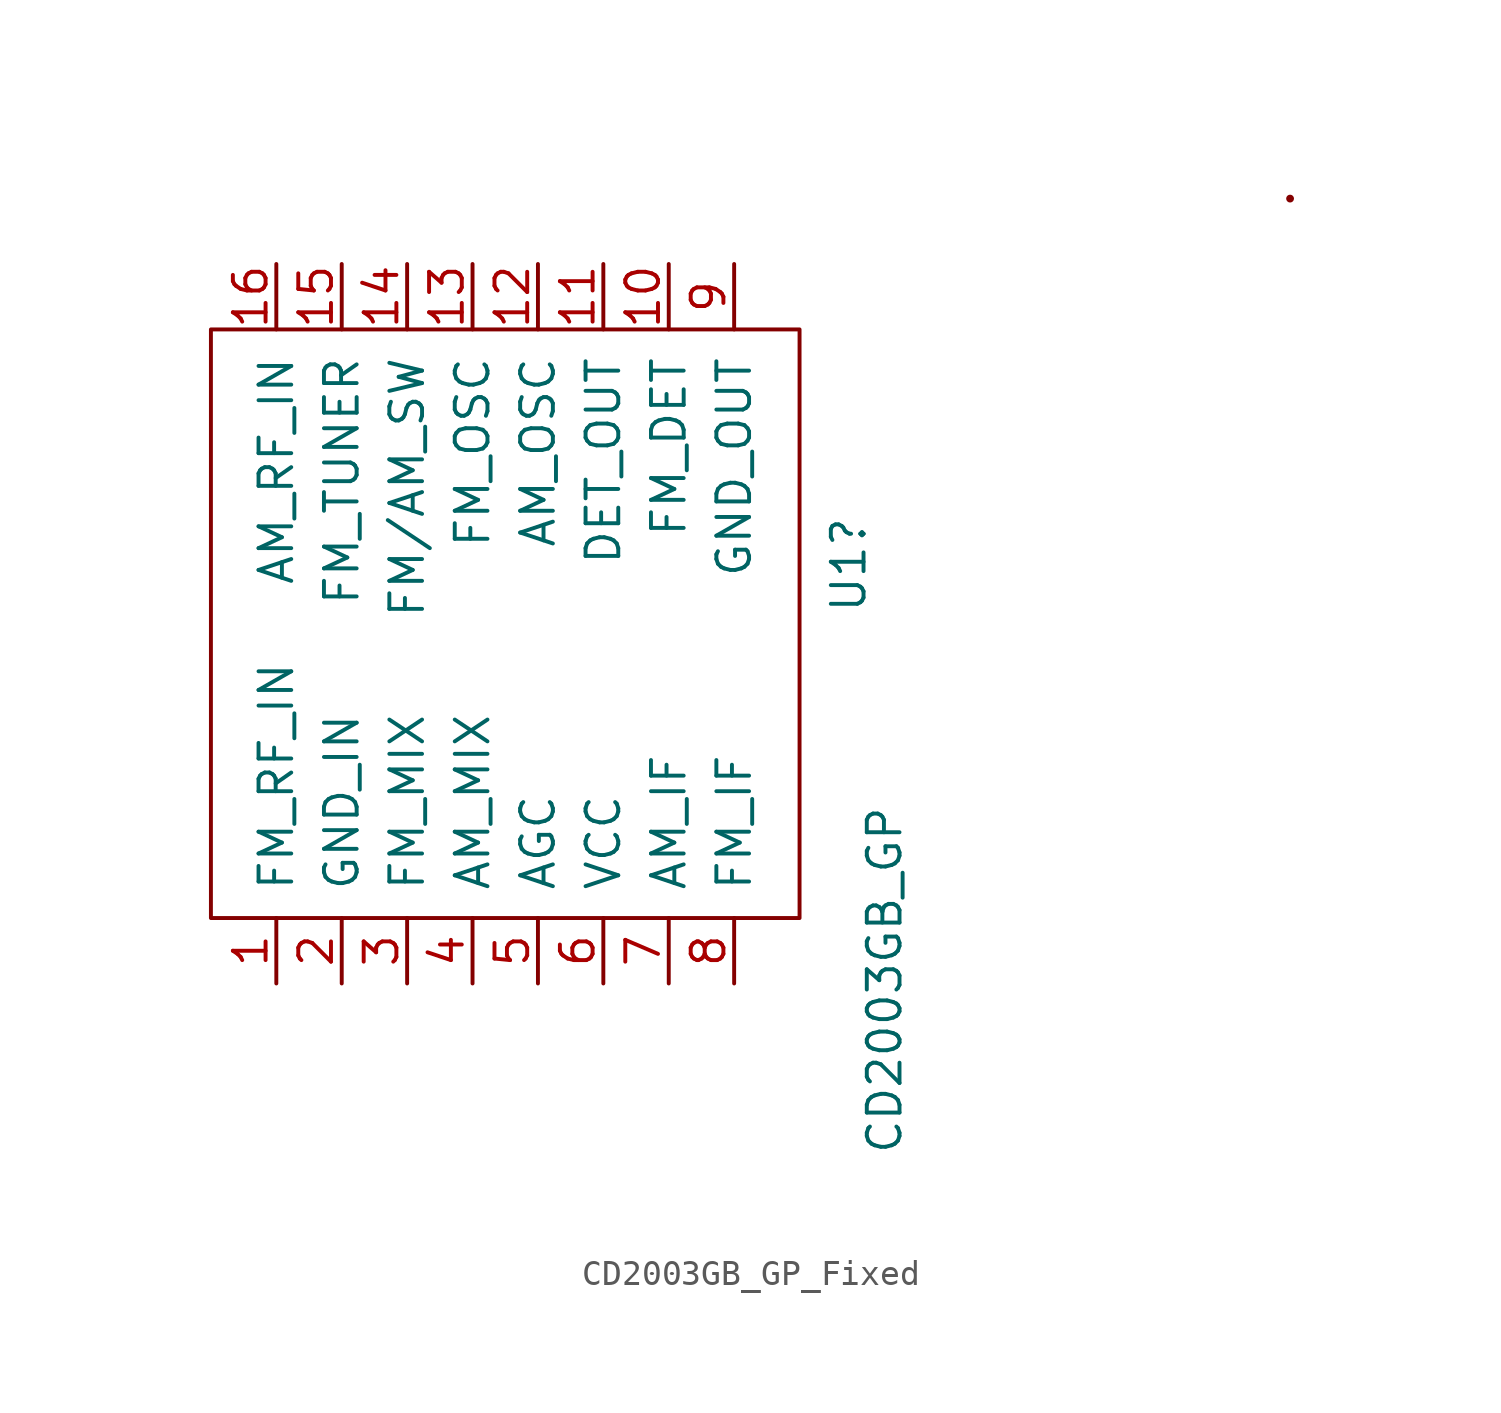
<source format=kicad_sym>
(kicad_symbol_lib
  (version 20220914)
  (generator kicad_symbol_editor)
  (symbol "CD2003GB_GP_Fixed"
    (pin_names
      (offset 1.016))
    (property "Reference" "U1"
      (at 13.335 8.636 90)
      (effects (font (size 1.27 1.27))))
    (property "Value" "CD2003GB_GP"
      (at 14.732 -7.493 90)
      (effects (font (size 1.27 1.27))))
    (symbol "CD2003GB_GP_Fixed_0_1"
      (rectangle (start -11.43 17.78) (end 11.43 -5.08) (stroke (width 0) (type solid)) (fill (type none)))
      (circle (center 30.48 22.86) (radius 0.0001) (stroke (width 0) (type solid)) (fill (type none))))
    (symbol "CD2003GB_GP_Fixed_1_1"
      (pin input line (at -8.89 -7.62 90) (length 2.54) (name "FM_RF_IN" (effects (font (size 1.27 1.27)))) (number "1" (effects (font (size 1.27 1.27)))))
      (pin input line (at 6.35 20.32 270) (length 2.54) (name "FM_DET" (effects (font (size 1.27 1.27)))) (number "10" (effects (font (size 1.27 1.27)))))
      (pin input line (at 3.81 20.32 270) (length 2.54) (name "DET_OUT" (effects (font (size 1.27 1.27)))) (number "11" (effects (font (size 1.27 1.27)))))
      (pin input line (at 1.27 20.32 270) (length 2.54) (name "AM_OSC" (effects (font (size 1.27 1.27)))) (number "12" (effects (font (size 1.27 1.27)))))
      (pin input line (at -1.27 20.32 270) (length 2.54) (name "FM_OSC" (effects (font (size 1.27 1.27)))) (number "13" (effects (font (size 1.27 1.27)))))
      (pin input line (at -3.81 20.32 270) (length 2.54) (name "FM/AM_SW" (effects (font (size 1.27 1.27)))) (number "14" (effects (font (size 1.27 1.27)))))
      (pin input line (at -6.35 20.32 270) (length 2.54) (name "FM_TUNER" (effects (font (size 1.27 1.27)))) (number "15" (effects (font (size 1.27 1.27)))))
      (pin input line (at -8.89 20.32 270) (length 2.54) (name "AM_RF_IN" (effects (font (size 1.27 1.27)))) (number "16" (effects (font (size 1.27 1.27)))))
      (pin input line (at -6.35 -7.62 90) (length 2.54) (name "GND_IN" (effects (font (size 1.27 1.27)))) (number "2" (effects (font (size 1.27 1.27)))))
      (pin input line (at -3.81 -7.62 90) (length 2.54) (name "FM_MIX" (effects (font (size 1.27 1.27)))) (number "3" (effects (font (size 1.27 1.27)))))
      (pin input line (at -1.27 -7.62 90) (length 2.54) (name "AM_MIX" (effects (font (size 1.27 1.27)))) (number "4" (effects (font (size 1.27 1.27)))))
      (pin passive line (at 1.27 -7.62 90) (length 2.54) (name "AGC" (effects (font (size 1.27 1.27)))) (number "5" (effects (font (size 1.27 1.27)))))
      (pin input line (at 3.81 -7.62 90) (length 2.54) (name "VCC" (effects (font (size 1.27 1.27)))) (number "6" (effects (font (size 1.27 1.27)))))
      (pin input line (at 6.35 -7.62 90) (length 2.54) (name "AM_IF" (effects (font (size 1.27 1.27)))) (number "7" (effects (font (size 1.27 1.27)))))
      (pin input line (at 8.89 -7.62 90) (length 2.54) (name "FM_IF" (effects (font (size 1.27 1.27)))) (number "8" (effects (font (size 1.27 1.27)))))
      (pin input line (at 8.89 20.32 270) (length 2.54) (name "GND_OUT" (effects (font (size 1.27 1.27)))) (number "9" (effects (font (size 1.27 1.27))))))))
</source>
